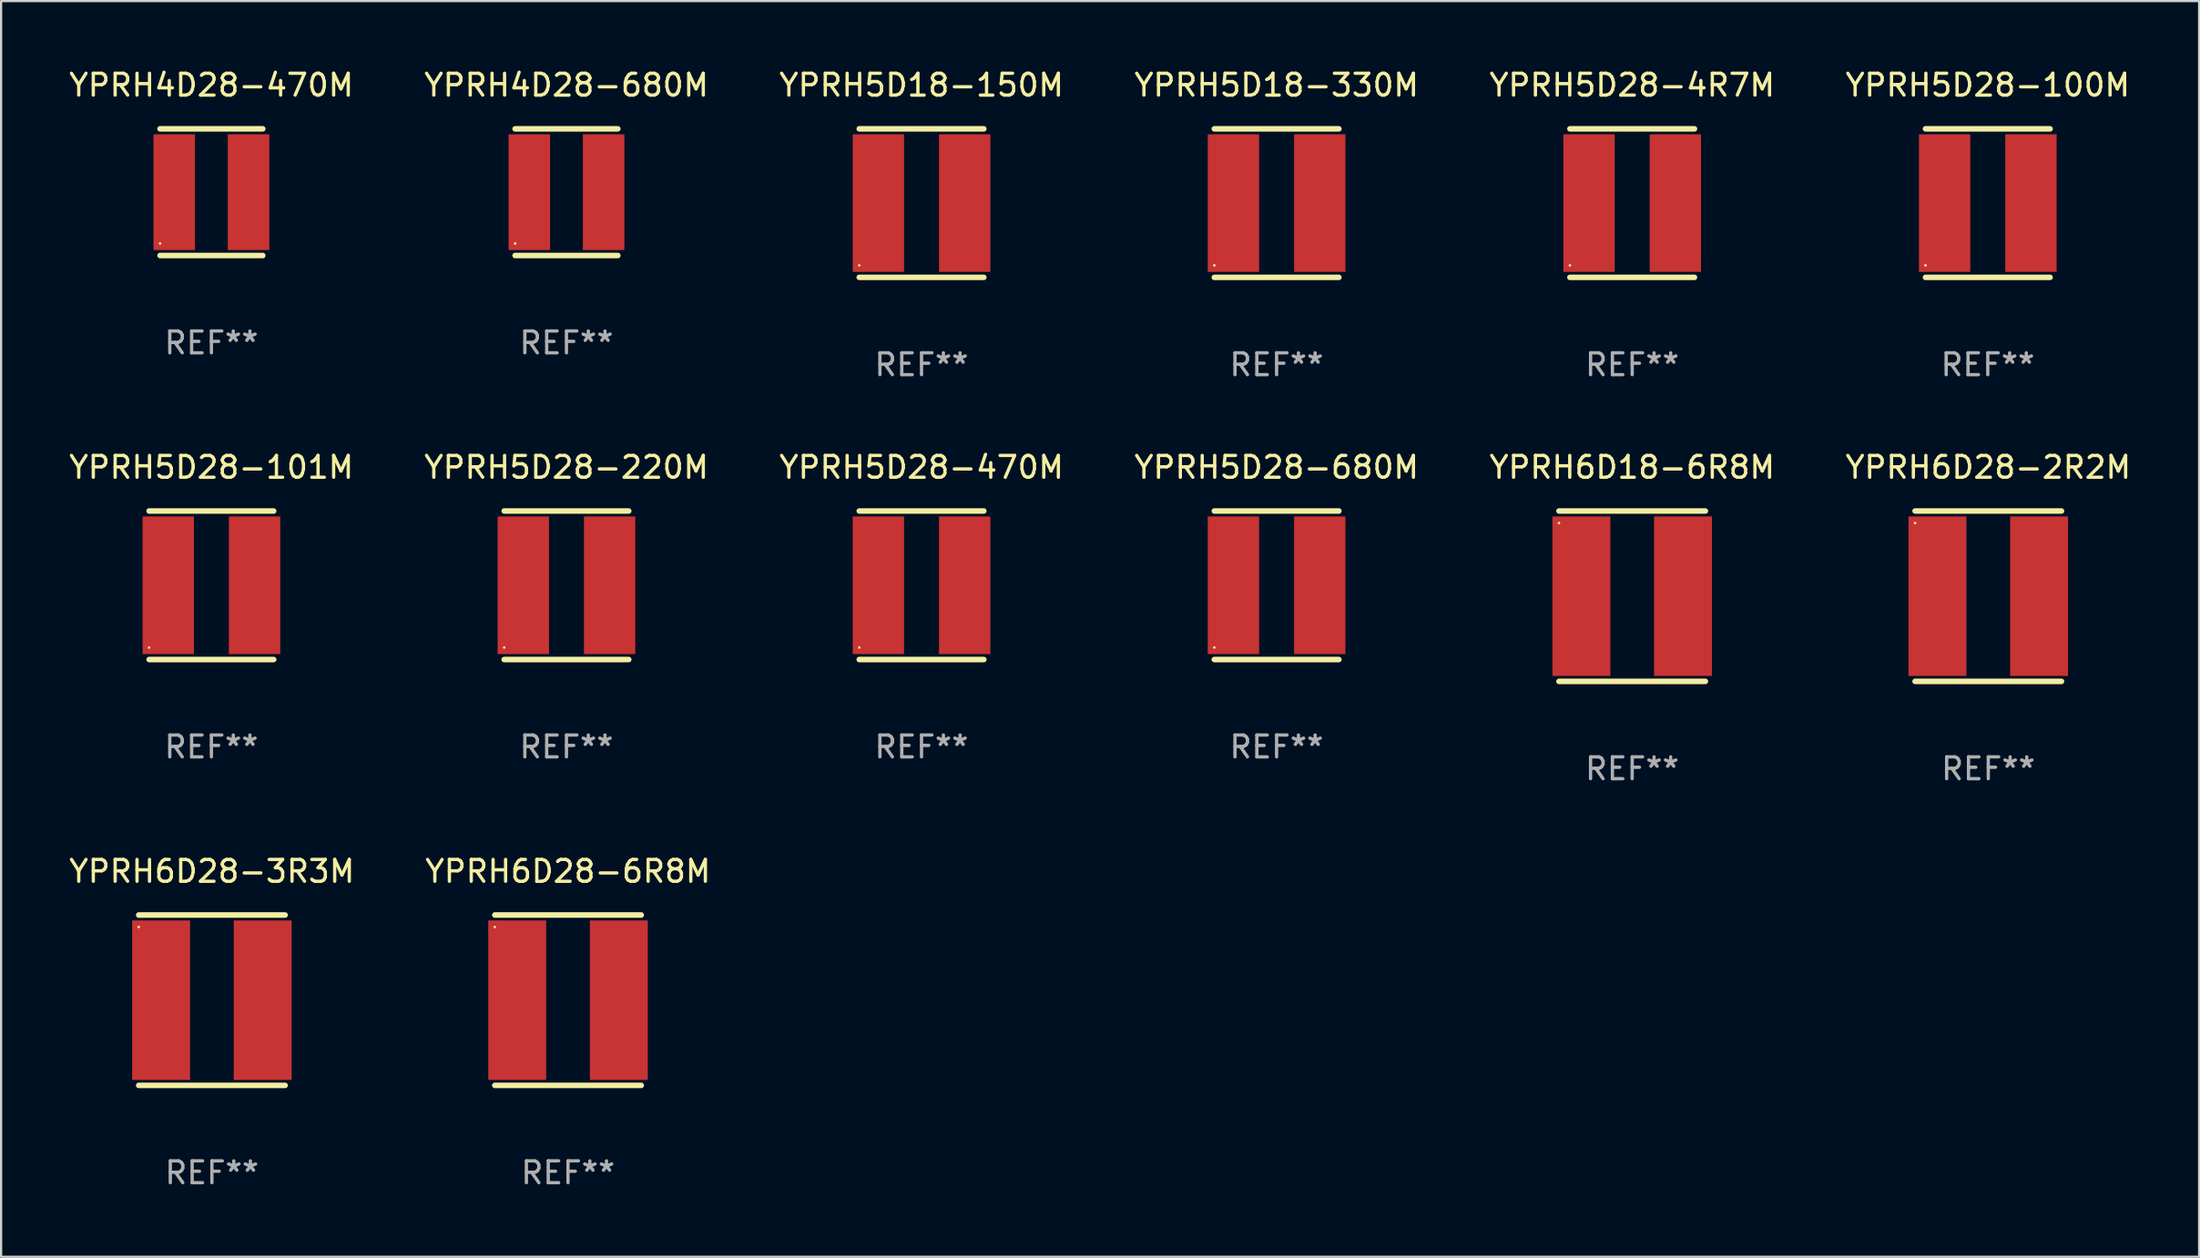
<source format=kicad_pcb>
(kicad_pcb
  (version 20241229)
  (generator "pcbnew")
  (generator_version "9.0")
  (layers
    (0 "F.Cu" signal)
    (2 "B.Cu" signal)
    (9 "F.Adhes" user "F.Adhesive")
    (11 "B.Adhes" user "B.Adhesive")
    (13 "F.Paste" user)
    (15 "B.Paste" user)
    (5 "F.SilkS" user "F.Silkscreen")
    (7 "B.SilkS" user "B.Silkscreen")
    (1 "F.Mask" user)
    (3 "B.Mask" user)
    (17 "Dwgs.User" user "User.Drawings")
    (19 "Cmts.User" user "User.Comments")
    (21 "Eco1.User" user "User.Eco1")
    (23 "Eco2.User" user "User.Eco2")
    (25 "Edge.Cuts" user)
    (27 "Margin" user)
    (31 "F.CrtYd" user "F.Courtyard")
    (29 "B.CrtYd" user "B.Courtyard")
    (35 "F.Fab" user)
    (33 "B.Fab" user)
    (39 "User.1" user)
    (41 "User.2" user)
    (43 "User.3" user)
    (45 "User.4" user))
  (footprint "YPRH5D18-330M"
    (layer "F.Cu")
    (at 55.375 6.248)
    (property "Reference" "YPRH5D18-330M" (at 0 -5.4 0) (layer "F.SilkS") (effects (font (size 1 1) (thickness 0.15))))
    (attr through_hole)
    (fp_line (start -2.85 -3.4) (end 2.85 -3.4) (stroke (width 0.254) (type solid)) (layer "F.SilkS"))
    (fp_line (start -2.85 3.4) (end 2.85 3.4) (stroke (width 0.254) (type solid)) (layer "F.SilkS"))
    (fp_circle (center -2.85 2.85) (end -2.82 2.85) (stroke (width 0.06) (type solid)) (fill no) (layer "F.SilkS"))
    (fp_text user "REF**" (at 0 7.4 0) (layer "F.Fab") (effects (font (size 1 1) (thickness 0.15))))
    (pad "1" smd rect (at -1.975 0 90) (size 6.3 2.35) (layers "F.Cu" "F.Mask" "F.Paste"))
    (pad "2" smd rect (at 1.975 0 90) (size 6.3 2.35) (layers "F.Cu" "F.Mask" "F.Paste")))
  (footprint "YPRH5D28-101M"
    (layer "F.Cu")
    (at 6.625 23.745)
    (property "Reference" "YPRH5D28-101M" (at 0 -5.4 0) (layer "F.SilkS") (effects (font (size 1 1) (thickness 0.15))))
    (attr through_hole)
    (fp_line (start -2.85 -3.4) (end 2.85 -3.4) (stroke (width 0.254) (type solid)) (layer "F.SilkS"))
    (fp_line (start -2.85 3.4) (end 2.85 3.4) (stroke (width 0.254) (type solid)) (layer "F.SilkS"))
    (fp_circle (center -2.85 2.85) (end -2.82 2.85) (stroke (width 0.06) (type solid)) (fill no) (layer "F.SilkS"))
    (fp_text user "REF**" (at 0 7.4 0) (layer "F.Fab") (effects (font (size 1 1) (thickness 0.15))))
    (pad "1" smd rect (at -1.975 0 90) (size 6.3 2.35) (layers "F.Cu" "F.Mask" "F.Paste"))
    (pad "2" smd rect (at 1.975 0 90) (size 6.3 2.35) (layers "F.Cu" "F.Mask" "F.Paste")))
  (footprint "YPRH5D18-150M"
    (layer "F.Cu")
    (at 39.125 6.248)
    (property "Reference" "YPRH5D18-150M" (at 0 -5.4 0) (layer "F.SilkS") (effects (font (size 1 1) (thickness 0.15))))
    (attr through_hole)
    (fp_line (start -2.85 -3.4) (end 2.85 -3.4) (stroke (width 0.254) (type solid)) (layer "F.SilkS"))
    (fp_line (start -2.85 3.4) (end 2.85 3.4) (stroke (width 0.254) (type solid)) (layer "F.SilkS"))
    (fp_circle (center -2.85 2.85) (end -2.82 2.85) (stroke (width 0.06) (type solid)) (fill no) (layer "F.SilkS"))
    (fp_text user "REF**" (at 0 7.4 0) (layer "F.Fab") (effects (font (size 1 1) (thickness 0.15))))
    (pad "1" smd rect (at -1.975 0 90) (size 6.3 2.35) (layers "F.Cu" "F.Mask" "F.Paste"))
    (pad "2" smd rect (at 1.975 0 90) (size 6.3 2.35) (layers "F.Cu" "F.Mask" "F.Paste")))
  (footprint "YPRH4D28-680M"
    (layer "F.Cu")
    (at 22.875 5.748)
    (property "Reference" "YPRH4D28-680M" (at 0 -4.9 0) (layer "F.SilkS") (effects (font (size 1 1) (thickness 0.15))))
    (attr through_hole)
    (fp_line (start -2.35 -2.9) (end 2.35 -2.9) (stroke (width 0.254) (type solid)) (layer "F.SilkS"))
    (fp_line (start -2.35 2.9) (end 2.35 2.9) (stroke (width 0.254) (type solid)) (layer "F.SilkS"))
    (fp_circle (center -2.35 2.35) (end -2.32 2.35) (stroke (width 0.06) (type solid)) (fill no) (layer "F.SilkS"))
    (fp_text user "REF**" (at 0 6.9 0) (layer "F.Fab") (effects (font (size 1 1) (thickness 0.15))))
    (pad "1" smd rect (at -1.7 0) (size 1.9 5.3) (layers "F.Cu" "F.Mask" "F.Paste"))
    (pad "2" smd rect (at 1.7 0) (size 1.9 5.3) (layers "F.Cu" "F.Mask" "F.Paste")))
  (footprint "YPRH4D28-470M"
    (layer "F.Cu")
    (at 6.625 5.748)
    (property "Reference" "YPRH4D28-470M" (at 0 -4.9 0) (layer "F.SilkS") (effects (font (size 1 1) (thickness 0.15))))
    (attr through_hole)
    (fp_line (start -2.35 -2.9) (end 2.35 -2.9) (stroke (width 0.254) (type solid)) (layer "F.SilkS"))
    (fp_line (start -2.35 2.9) (end 2.35 2.9) (stroke (width 0.254) (type solid)) (layer "F.SilkS"))
    (fp_circle (center -2.35 2.35) (end -2.32 2.35) (stroke (width 0.06) (type solid)) (fill no) (layer "F.SilkS"))
    (fp_text user "REF**" (at 0 6.9 0) (layer "F.Fab") (effects (font (size 1 1) (thickness 0.15))))
    (pad "1" smd rect (at -1.7 0) (size 1.9 5.3) (layers "F.Cu" "F.Mask" "F.Paste"))
    (pad "2" smd rect (at 1.7 0) (size 1.9 5.3) (layers "F.Cu" "F.Mask" "F.Paste")))
  (footprint "YPRH6D28-6R8M"
    (layer "F.Cu")
    (at 22.946 42.741)
    (property "Reference" "YPRH6D28-6R8M" (at 0 -5.9 0) (layer "F.SilkS") (effects (font (size 1 1) (thickness 0.15))))
    (attr through_hole)
    (fp_line (start -3.35 -3.9) (end 3.35 -3.9) (stroke (width 0.254) (type solid)) (layer "F.SilkS"))
    (fp_line (start -3.35 3.9) (end 3.35 3.9) (stroke (width 0.254) (type solid)) (layer "F.SilkS"))
    (fp_circle (center -3.35 -3.35) (end -3.32 -3.35) (stroke (width 0.06) (type solid)) (fill no) (layer "F.SilkS"))
    (fp_text user "REF**" (at 0 7.9 0) (layer "F.Fab") (effects (font (size 1 1) (thickness 0.15))))
    (pad "1" smd rect (at -2.325 0) (size 2.65 7.3) (layers "F.Cu" "F.Mask" "F.Paste"))
    (pad "2" smd rect (at 2.325 0) (size 2.65 7.3) (layers "F.Cu" "F.Mask" "F.Paste")))
  (footprint "YPRH6D28-3R3M"
    (layer "F.Cu")
    (at 6.649 42.741)
    (property "Reference" "YPRH6D28-3R3M" (at 0 -5.9 0) (layer "F.SilkS") (effects (font (size 1 1) (thickness 0.15))))
    (attr through_hole)
    (fp_line (start -3.35 -3.9) (end 3.35 -3.9) (stroke (width 0.254) (type solid)) (layer "F.SilkS"))
    (fp_line (start -3.35 3.9) (end 3.35 3.9) (stroke (width 0.254) (type solid)) (layer "F.SilkS"))
    (fp_circle (center -3.35 -3.35) (end -3.32 -3.35) (stroke (width 0.06) (type solid)) (fill no) (layer "F.SilkS"))
    (fp_text user "REF**" (at 0 7.9 0) (layer "F.Fab") (effects (font (size 1 1) (thickness 0.15))))
    (pad "1" smd rect (at -2.325 0) (size 2.65 7.3) (layers "F.Cu" "F.Mask" "F.Paste"))
    (pad "2" smd rect (at 2.325 0) (size 2.65 7.3) (layers "F.Cu" "F.Mask" "F.Paste")))
  (footprint "YPRH5D28-220M"
    (layer "F.Cu")
    (at 22.875 23.745)
    (property "Reference" "YPRH5D28-220M" (at 0 -5.4 0) (layer "F.SilkS") (effects (font (size 1 1) (thickness 0.15))))
    (attr through_hole)
    (fp_line (start -2.85 -3.4) (end 2.85 -3.4) (stroke (width 0.254) (type solid)) (layer "F.SilkS"))
    (fp_line (start -2.85 3.4) (end 2.85 3.4) (stroke (width 0.254) (type solid)) (layer "F.SilkS"))
    (fp_circle (center -2.85 2.85) (end -2.82 2.85) (stroke (width 0.06) (type solid)) (fill no) (layer "F.SilkS"))
    (fp_text user "REF**" (at 0 7.4 0) (layer "F.Fab") (effects (font (size 1 1) (thickness 0.15))))
    (pad "1" smd rect (at -1.975 0 90) (size 6.3 2.35) (layers "F.Cu" "F.Mask" "F.Paste"))
    (pad "2" smd rect (at 1.975 0 90) (size 6.3 2.35) (layers "F.Cu" "F.Mask" "F.Paste")))
  (footprint "YPRH5D28-4R7M"
    (layer "F.Cu")
    (at 71.649 6.248)
    (property "Reference" "YPRH5D28-4R7M" (at 0 -5.4 0) (layer "F.SilkS") (effects (font (size 1 1) (thickness 0.15))))
    (attr through_hole)
    (fp_line (start -2.85 -3.4) (end 2.85 -3.4) (stroke (width 0.254) (type solid)) (layer "F.SilkS"))
    (fp_line (start -2.85 3.4) (end 2.85 3.4) (stroke (width 0.254) (type solid)) (layer "F.SilkS"))
    (fp_circle (center -2.85 2.85) (end -2.82 2.85) (stroke (width 0.06) (type solid)) (fill no) (layer "F.SilkS"))
    (fp_text user "REF**" (at 0 7.4 0) (layer "F.Fab") (effects (font (size 1 1) (thickness 0.15))))
    (pad "1" smd rect (at -1.975 0 90) (size 6.3 2.35) (layers "F.Cu" "F.Mask" "F.Paste"))
    (pad "2" smd rect (at 1.975 0 90) (size 6.3 2.35) (layers "F.Cu" "F.Mask" "F.Paste")))
  (footprint "YPRH5D28-680M"
    (layer "F.Cu")
    (at 55.375 23.745)
    (property "Reference" "YPRH5D28-680M" (at 0 -5.4 0) (layer "F.SilkS") (effects (font (size 1 1) (thickness 0.15))))
    (attr through_hole)
    (fp_line (start -2.85 -3.4) (end 2.85 -3.4) (stroke (width 0.254) (type solid)) (layer "F.SilkS"))
    (fp_line (start -2.85 3.4) (end 2.85 3.4) (stroke (width 0.254) (type solid)) (layer "F.SilkS"))
    (fp_circle (center -2.85 2.85) (end -2.82 2.85) (stroke (width 0.06) (type solid)) (fill no) (layer "F.SilkS"))
    (fp_text user "REF**" (at 0 7.4 0) (layer "F.Fab") (effects (font (size 1 1) (thickness 0.15))))
    (pad "1" smd rect (at -1.975 0 90) (size 6.3 2.35) (layers "F.Cu" "F.Mask" "F.Paste"))
    (pad "2" smd rect (at 1.975 0 90) (size 6.3 2.35) (layers "F.Cu" "F.Mask" "F.Paste")))
  (footprint "YPRH5D28-100M"
    (layer "F.Cu")
    (at 87.923 6.248)
    (property "Reference" "YPRH5D28-100M" (at 0 -5.4 0) (layer "F.SilkS") (effects (font (size 1 1) (thickness 0.15))))
    (attr through_hole)
    (fp_line (start -2.85 -3.4) (end 2.85 -3.4) (stroke (width 0.254) (type solid)) (layer "F.SilkS"))
    (fp_line (start -2.85 3.4) (end 2.85 3.4) (stroke (width 0.254) (type solid)) (layer "F.SilkS"))
    (fp_circle (center -2.85 2.85) (end -2.82 2.85) (stroke (width 0.06) (type solid)) (fill no) (layer "F.SilkS"))
    (fp_text user "REF**" (at 0 7.4 0) (layer "F.Fab") (effects (font (size 1 1) (thickness 0.15))))
    (pad "1" smd rect (at -1.975 0 90) (size 6.3 2.35) (layers "F.Cu" "F.Mask" "F.Paste"))
    (pad "2" smd rect (at 1.975 0 90) (size 6.3 2.35) (layers "F.Cu" "F.Mask" "F.Paste")))
  (footprint "YPRH5D28-470M"
    (layer "F.Cu")
    (at 39.125 23.745)
    (property "Reference" "YPRH5D28-470M" (at 0 -5.4 0) (layer "F.SilkS") (effects (font (size 1 1) (thickness 0.15))))
    (attr through_hole)
    (fp_line (start -2.85 -3.4) (end 2.85 -3.4) (stroke (width 0.254) (type solid)) (layer "F.SilkS"))
    (fp_line (start -2.85 3.4) (end 2.85 3.4) (stroke (width 0.254) (type solid)) (layer "F.SilkS"))
    (fp_circle (center -2.85 2.85) (end -2.82 2.85) (stroke (width 0.06) (type solid)) (fill no) (layer "F.SilkS"))
    (fp_text user "REF**" (at 0 7.4 0) (layer "F.Fab") (effects (font (size 1 1) (thickness 0.15))))
    (pad "1" smd rect (at -1.975 0 90) (size 6.3 2.35) (layers "F.Cu" "F.Mask" "F.Paste"))
    (pad "2" smd rect (at 1.975 0 90) (size 6.3 2.35) (layers "F.Cu" "F.Mask" "F.Paste")))
  (footprint "YPRH6D18-6R8M"
    (layer "F.Cu")
    (at 71.649 24.245)
    (property "Reference" "YPRH6D18-6R8M" (at 0 -5.9 0) (layer "F.SilkS") (effects (font (size 1 1) (thickness 0.15))))
    (attr through_hole)
    (fp_line (start -3.35 -3.9) (end 3.35 -3.9) (stroke (width 0.254) (type solid)) (layer "F.SilkS"))
    (fp_line (start -3.35 3.9) (end 3.35 3.9) (stroke (width 0.254) (type solid)) (layer "F.SilkS"))
    (fp_circle (center -3.35 -3.35) (end -3.32 -3.35) (stroke (width 0.06) (type solid)) (fill no) (layer "F.SilkS"))
    (fp_text user "REF**" (at 0 7.9 0) (layer "F.Fab") (effects (font (size 1 1) (thickness 0.15))))
    (pad "1" smd rect (at -2.325 0) (size 2.65 7.3) (layers "F.Cu" "F.Mask" "F.Paste"))
    (pad "2" smd rect (at 2.325 0) (size 2.65 7.3) (layers "F.Cu" "F.Mask" "F.Paste")))
  (footprint "YPRH6D28-2R2M"
    (layer "F.Cu")
    (at 87.946 24.245)
    (property "Reference" "YPRH6D28-2R2M" (at 0 -5.9 0) (layer "F.SilkS") (effects (font (size 1 1) (thickness 0.15))))
    (attr through_hole)
    (fp_line (start -3.35 -3.9) (end 3.35 -3.9) (stroke (width 0.254) (type solid)) (layer "F.SilkS"))
    (fp_line (start -3.35 3.9) (end 3.35 3.9) (stroke (width 0.254) (type solid)) (layer "F.SilkS"))
    (fp_circle (center -3.35 -3.35) (end -3.32 -3.35) (stroke (width 0.06) (type solid)) (fill no) (layer "F.SilkS"))
    (fp_text user "REF**" (at 0 7.9 0) (layer "F.Fab") (effects (font (size 1 1) (thickness 0.15))))
    (pad "1" smd rect (at -2.325 0) (size 2.65 7.3) (layers "F.Cu" "F.Mask" "F.Paste"))
    (pad "2" smd rect (at 2.325 0) (size 2.65 7.3) (layers "F.Cu" "F.Mask" "F.Paste")))
  (gr_rect
    (start -3 -3)
    (end 97.595 54.489)
    (stroke (width 0.1) (type default))
    (fill no)
    (layer "Edge.Cuts")))
</source>
